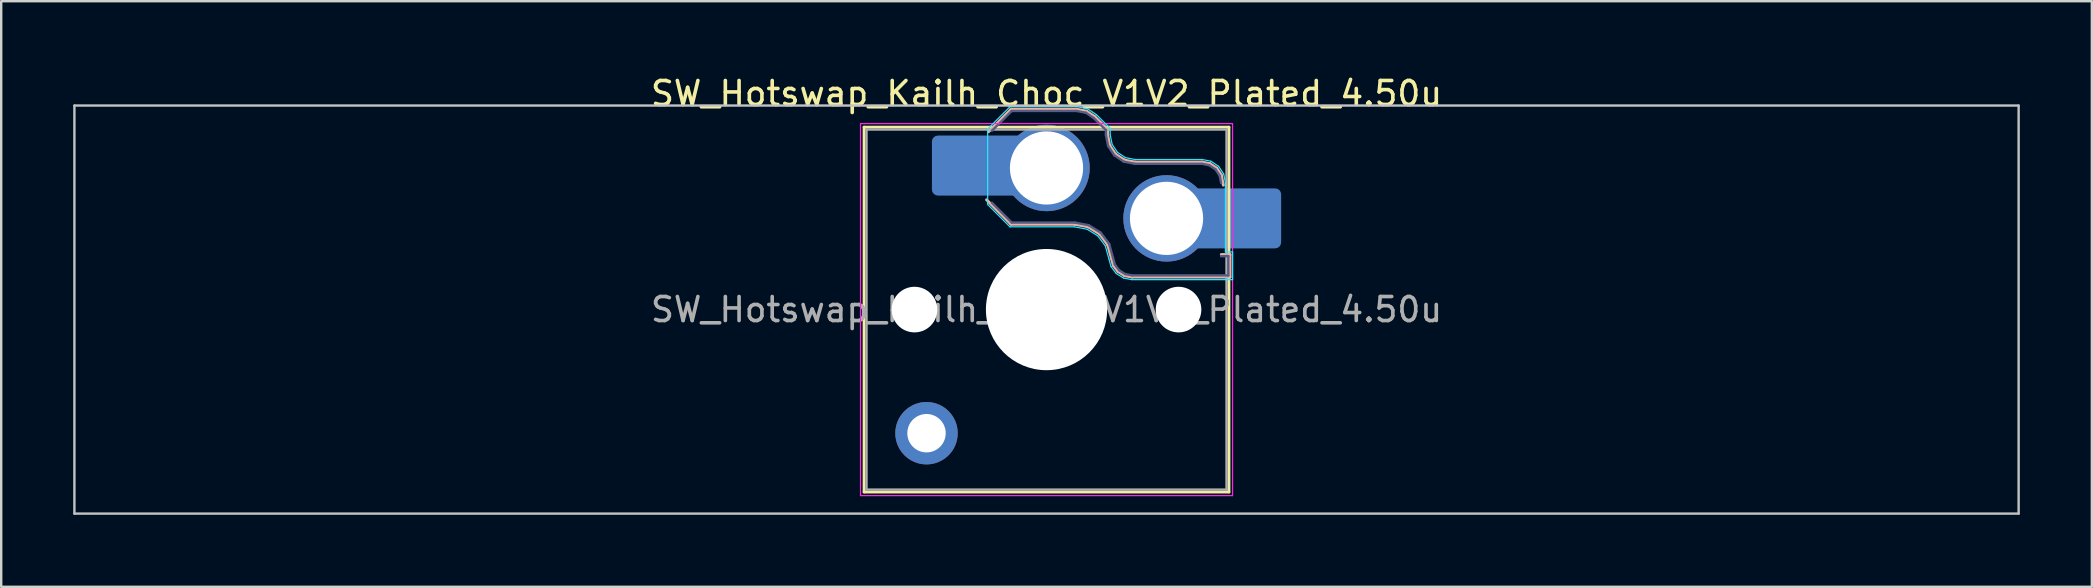
<source format=kicad_pcb>
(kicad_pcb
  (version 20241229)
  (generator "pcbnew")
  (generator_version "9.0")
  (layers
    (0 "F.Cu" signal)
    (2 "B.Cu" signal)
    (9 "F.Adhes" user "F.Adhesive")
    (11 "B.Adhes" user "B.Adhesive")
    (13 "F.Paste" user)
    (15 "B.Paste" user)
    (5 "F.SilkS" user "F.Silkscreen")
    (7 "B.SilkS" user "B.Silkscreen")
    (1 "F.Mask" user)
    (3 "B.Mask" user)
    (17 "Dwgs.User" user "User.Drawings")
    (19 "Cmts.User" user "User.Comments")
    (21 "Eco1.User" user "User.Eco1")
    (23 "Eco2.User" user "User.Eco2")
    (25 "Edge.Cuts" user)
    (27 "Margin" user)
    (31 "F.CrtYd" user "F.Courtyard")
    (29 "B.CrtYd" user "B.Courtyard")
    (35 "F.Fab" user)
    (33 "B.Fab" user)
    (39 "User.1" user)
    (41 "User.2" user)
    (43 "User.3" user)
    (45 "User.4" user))
  (footprint "SW_Hotswap_Kailh_Choc_V1V2_Plated_4.50u"
    (layer "F.Cu")
    (at 40.55 9.848)
    (property "Reference" "SW_Hotswap_Kailh_Choc_V1V2_Plated_4.50u" (at 0 -9 0) (layer "F.SilkS") (effects (font (size 1 1) (thickness 0.15))))
    (attr smd)
    (fp_line (start -7.6 -7.6) (end -7.6 7.6) (stroke (width 0.12) (type solid)) (layer "F.SilkS"))
    (fp_line (start -7.6 7.6) (end 7.6 7.6) (stroke (width 0.12) (type solid)) (layer "F.SilkS"))
    (fp_line (start 7.6 -7.6) (end -7.6 -7.6) (stroke (width 0.12) (type solid)) (layer "F.SilkS"))
    (fp_line (start 7.6 7.6) (end 7.6 -7.6) (stroke (width 0.12) (type solid)) (layer "F.SilkS"))
    (fp_line (start -2.416 -7.409) (end -1.479 -8.346) (stroke (width 0.12) (type solid)) (layer "B.SilkS"))
    (fp_line (start -1.479 -8.346) (end 1.268 -8.346) (stroke (width 0.12) (type solid)) (layer "B.SilkS"))
    (fp_line (start -1.479 -3.554) (end -2.5 -4.575) (stroke (width 0.12) (type solid)) (layer "B.SilkS"))
    (fp_line (start 1.168 -3.554) (end -1.479 -3.554) (stroke (width 0.12) (type solid)) (layer "B.SilkS"))
    (fp_line (start 1.268 -8.346) (end 1.671 -8.266) (stroke (width 0.12) (type solid)) (layer "B.SilkS"))
    (fp_line (start 1.671 -8.266) (end 2.013 -8.037) (stroke (width 0.12) (type solid)) (layer "B.SilkS"))
    (fp_line (start 1.73 -3.449) (end 1.168 -3.554) (stroke (width 0.12) (type solid)) (layer "B.SilkS"))
    (fp_line (start 2.013 -8.037) (end 2.546 -7.504) (stroke (width 0.12) (type solid)) (layer "B.SilkS"))
    (fp_line (start 2.209 -3.15) (end 1.73 -3.449) (stroke (width 0.12) (type solid)) (layer "B.SilkS"))
    (fp_line (start 2.546 -7.504) (end 2.546 -7.282) (stroke (width 0.12) (type solid)) (layer "B.SilkS"))
    (fp_line (start 2.546 -7.282) (end 2.633 -6.844) (stroke (width 0.12) (type solid)) (layer "B.SilkS"))
    (fp_line (start 2.547 -2.697) (end 2.209 -3.15) (stroke (width 0.12) (type solid)) (layer "B.SilkS"))
    (fp_line (start 2.633 -6.844) (end 2.877 -6.477) (stroke (width 0.12) (type solid)) (layer "B.SilkS"))
    (fp_line (start 2.701 -2.139) (end 2.547 -2.697) (stroke (width 0.12) (type solid)) (layer "B.SilkS"))
    (fp_line (start 2.783 -1.841) (end 2.701 -2.139) (stroke (width 0.12) (type solid)) (layer "B.SilkS"))
    (fp_line (start 2.877 -6.477) (end 3.244 -6.233) (stroke (width 0.12) (type solid)) (layer "B.SilkS"))
    (fp_line (start 2.976 -1.583) (end 2.783 -1.841) (stroke (width 0.12) (type solid)) (layer "B.SilkS"))
    (fp_line (start 3.244 -6.233) (end 3.682 -6.146) (stroke (width 0.12) (type solid)) (layer "B.SilkS"))
    (fp_line (start 3.25 -1.413) (end 2.976 -1.583) (stroke (width 0.12) (type solid)) (layer "B.SilkS"))
    (fp_line (start 3.56 -1.354) (end 3.25 -1.413) (stroke (width 0.12) (type solid)) (layer "B.SilkS"))
    (fp_line (start 3.682 -6.146) (end 6.482 -6.146) (stroke (width 0.12) (type solid)) (layer "B.SilkS"))
    (fp_line (start 6.482 -6.146) (end 6.809 -6.081) (stroke (width 0.12) (type solid)) (layer "B.SilkS"))
    (fp_line (start 6.809 -6.081) (end 7.092 -5.892) (stroke (width 0.12) (type solid)) (layer "B.SilkS"))
    (fp_line (start 7.092 -5.892) (end 7.281 -5.609) (stroke (width 0.12) (type solid)) (layer "B.SilkS"))
    (fp_line (start 7.281 -5.609) (end 7.366 -5.182) (stroke (width 0.12) (type solid)) (layer "B.SilkS"))
    (fp_line (start 7.283 -2.296) (end 7.646 -2.296) (stroke (width 0.12) (type solid)) (layer "B.SilkS"))
    (fp_line (start 7.646 -2.296) (end 7.646 -1.354) (stroke (width 0.12) (type solid)) (layer "B.SilkS"))
    (fp_line (start 7.646 -1.354) (end 3.56 -1.354) (stroke (width 0.12) (type solid)) (layer "B.SilkS"))
    (fp_line (start -40.5 -8.5) (end -40.5 8.5) (stroke (width 0.1) (type solid)) (layer "Dwgs.User"))
    (fp_line (start -40.5 8.5) (end 40.5 8.5) (stroke (width 0.1) (type solid)) (layer "Dwgs.User"))
    (fp_line (start 40.5 -8.5) (end -40.5 -8.5) (stroke (width 0.1) (type solid)) (layer "Dwgs.User"))
    (fp_line (start 40.5 8.5) (end 40.5 -8.5) (stroke (width 0.1) (type solid)) (layer "Dwgs.User"))
    (fp_line (start -7.25 -7.25) (end -7.25 7.25) (stroke (width 0.1) (type solid)) (layer "Eco1.User"))
    (fp_line (start -7.25 7.25) (end 7.25 7.25) (stroke (width 0.1) (type solid)) (layer "Eco1.User"))
    (fp_line (start 7.25 -7.25) (end -7.25 -7.25) (stroke (width 0.1) (type solid)) (layer "Eco1.User"))
    (fp_line (start 7.25 7.25) (end 7.25 -7.25) (stroke (width 0.1) (type solid)) (layer "Eco1.User"))
    (fp_line (start -2.452 -7.523) (end -1.523 -8.452) (stroke (width 0.05) (type solid)) (layer "B.CrtYd"))
    (fp_line (start -2.452 -4.377) (end -2.452 -7.523) (stroke (width 0.05) (type solid)) (layer "B.CrtYd"))
    (fp_line (start -1.523 -8.452) (end 1.278 -8.452) (stroke (width 0.05) (type solid)) (layer "B.CrtYd"))
    (fp_line (start -1.523 -3.448) (end -2.452 -4.377) (stroke (width 0.05) (type solid)) (layer "B.CrtYd"))
    (fp_line (start 1.159 -3.448) (end -1.523 -3.448) (stroke (width 0.05) (type solid)) (layer "B.CrtYd"))
    (fp_line (start 1.278 -8.452) (end 1.712 -8.366) (stroke (width 0.05) (type solid)) (layer "B.CrtYd"))
    (fp_line (start 1.691 -3.348) (end 1.159 -3.448) (stroke (width 0.05) (type solid)) (layer "B.CrtYd"))
    (fp_line (start 1.712 -8.366) (end 2.081 -8.119) (stroke (width 0.05) (type solid)) (layer "B.CrtYd"))
    (fp_line (start 2.081 -8.119) (end 2.652 -7.548) (stroke (width 0.05) (type solid)) (layer "B.CrtYd"))
    (fp_line (start 2.136 -3.071) (end 1.691 -3.348) (stroke (width 0.05) (type solid)) (layer "B.CrtYd"))
    (fp_line (start 2.45 -2.65) (end 2.136 -3.071) (stroke (width 0.05) (type solid)) (layer "B.CrtYd"))
    (fp_line (start 2.599 -2.111) (end 2.45 -2.65) (stroke (width 0.05) (type solid)) (layer "B.CrtYd"))
    (fp_line (start 2.652 -7.548) (end 2.652 -7.292) (stroke (width 0.05) (type solid)) (layer "B.CrtYd"))
    (fp_line (start 2.652 -7.292) (end 2.733 -6.885) (stroke (width 0.05) (type solid)) (layer "B.CrtYd"))
    (fp_line (start 2.687 -1.794) (end 2.599 -2.111) (stroke (width 0.05) (type solid)) (layer "B.CrtYd"))
    (fp_line (start 2.733 -6.885) (end 2.953 -6.553) (stroke (width 0.05) (type solid)) (layer "B.CrtYd"))
    (fp_line (start 2.903 -1.503) (end 2.687 -1.794) (stroke (width 0.05) (type solid)) (layer "B.CrtYd"))
    (fp_line (start 2.953 -6.553) (end 3.285 -6.333) (stroke (width 0.05) (type solid)) (layer "B.CrtYd"))
    (fp_line (start 3.211 -1.312) (end 2.903 -1.503) (stroke (width 0.05) (type solid)) (layer "B.CrtYd"))
    (fp_line (start 3.285 -6.333) (end 3.692 -6.252) (stroke (width 0.05) (type solid)) (layer "B.CrtYd"))
    (fp_line (start 3.55 -1.248) (end 3.211 -1.312) (stroke (width 0.05) (type solid)) (layer "B.CrtYd"))
    (fp_line (start 3.692 -6.252) (end 6.492 -6.252) (stroke (width 0.05) (type solid)) (layer "B.CrtYd"))
    (fp_line (start 6.492 -6.252) (end 6.85 -6.181) (stroke (width 0.05) (type solid)) (layer "B.CrtYd"))
    (fp_line (start 6.85 -6.181) (end 7.168 -5.968) (stroke (width 0.05) (type solid)) (layer "B.CrtYd"))
    (fp_line (start 7.168 -5.968) (end 7.381 -5.65) (stroke (width 0.05) (type solid)) (layer "B.CrtYd"))
    (fp_line (start 7.381 -5.65) (end 7.452 -5.292) (stroke (width 0.05) (type solid)) (layer "B.CrtYd"))
    (fp_line (start 7.452 -5.292) (end 7.452 -2.402) (stroke (width 0.05) (type solid)) (layer "B.CrtYd"))
    (fp_line (start 7.452 -2.402) (end 7.752 -2.402) (stroke (width 0.05) (type solid)) (layer "B.CrtYd"))
    (fp_line (start 7.752 -2.402) (end 7.752 -1.248) (stroke (width 0.05) (type solid)) (layer "B.CrtYd"))
    (fp_line (start 7.752 -1.248) (end 3.55 -1.248) (stroke (width 0.05) (type solid)) (layer "B.CrtYd"))
    (fp_line (start -7.75 -7.75) (end -7.75 7.75) (stroke (width 0.05) (type solid)) (layer "F.CrtYd"))
    (fp_line (start -7.75 7.75) (end 7.75 7.75) (stroke (width 0.05) (type solid)) (layer "F.CrtYd"))
    (fp_line (start 7.75 -7.75) (end -7.75 -7.75) (stroke (width 0.05) (type solid)) (layer "F.CrtYd"))
    (fp_line (start 7.75 7.75) (end 7.75 -7.75) (stroke (width 0.05) (type solid)) (layer "F.CrtYd"))
    (fp_line (start -2.275 -7.45) (end -1.45 -8.275) (stroke (width 0.1) (type solid)) (layer "B.Fab"))
    (fp_line (start -1.45 -8.275) (end 1.261 -8.275) (stroke (width 0.1) (type solid)) (layer "B.Fab"))
    (fp_line (start -1.45 -3.625) (end -2.275 -4.45) (stroke (width 0.1) (type solid)) (layer "B.Fab"))
    (fp_line (start 1.175 -3.625) (end -1.45 -3.625) (stroke (width 0.1) (type solid)) (layer "B.Fab"))
    (fp_line (start 1.261 -8.275) (end 1.643 -8.199) (stroke (width 0.1) (type solid)) (layer "B.Fab"))
    (fp_line (start 1.643 -8.199) (end 1.968 -7.982) (stroke (width 0.1) (type solid)) (layer "B.Fab"))
    (fp_line (start 1.756 -3.516) (end 1.175 -3.625) (stroke (width 0.1) (type solid)) (layer "B.Fab"))
    (fp_line (start 1.968 -7.982) (end 2.475 -7.475) (stroke (width 0.1) (type solid)) (layer "B.Fab"))
    (fp_line (start 2.258 -3.203) (end 1.756 -3.516) (stroke (width 0.1) (type solid)) (layer "B.Fab"))
    (fp_line (start 2.475 -7.475) (end 2.475 -7.275) (stroke (width 0.1) (type solid)) (layer "B.Fab"))
    (fp_line (start 2.475 -7.275) (end 2.566 -6.816) (stroke (width 0.1) (type solid)) (layer "B.Fab"))
    (fp_line (start 2.566 -6.816) (end 2.826 -6.426) (stroke (width 0.1) (type solid)) (layer "B.Fab"))
    (fp_line (start 2.612 -2.729) (end 2.258 -3.203) (stroke (width 0.1) (type solid)) (layer "B.Fab"))
    (fp_line (start 2.769 -2.158) (end 2.612 -2.729) (stroke (width 0.1) (type solid)) (layer "B.Fab"))
    (fp_line (start 2.826 -6.426) (end 3.216 -6.166) (stroke (width 0.1) (type solid)) (layer "B.Fab"))
    (fp_line (start 2.848 -1.873) (end 2.769 -2.158) (stroke (width 0.1) (type solid)) (layer "B.Fab"))
    (fp_line (start 3.025 -1.636) (end 2.848 -1.873) (stroke (width 0.1) (type solid)) (layer "B.Fab"))
    (fp_line (start 3.216 -6.166) (end 3.675 -6.075) (stroke (width 0.1) (type solid)) (layer "B.Fab"))
    (fp_line (start 3.276 -1.48) (end 3.025 -1.636) (stroke (width 0.1) (type solid)) (layer "B.Fab"))
    (fp_line (start 3.567 -1.425) (end 3.276 -1.48) (stroke (width 0.1) (type solid)) (layer "B.Fab"))
    (fp_line (start 3.675 -6.075) (end 6.475 -6.075) (stroke (width 0.1) (type solid)) (layer "B.Fab"))
    (fp_line (start 6.475 -6.075) (end 6.781 -6.014) (stroke (width 0.1) (type solid)) (layer "B.Fab"))
    (fp_line (start 6.781 -6.014) (end 7.041 -5.841) (stroke (width 0.1) (type solid)) (layer "B.Fab"))
    (fp_line (start 7.041 -5.841) (end 7.214 -5.581) (stroke (width 0.1) (type solid)) (layer "B.Fab"))
    (fp_line (start 7.214 -5.581) (end 7.275 -5.275) (stroke (width 0.1) (type solid)) (layer "B.Fab"))
    (fp_line (start 7.275 -2.225) (end 7.575 -2.225) (stroke (width 0.1) (type solid)) (layer "B.Fab"))
    (fp_line (start 7.575 -2.225) (end 7.575 -1.425) (stroke (width 0.1) (type solid)) (layer "B.Fab"))
    (fp_line (start 7.575 -1.425) (end 3.567 -1.425) (stroke (width 0.1) (type solid)) (layer "B.Fab"))
    (fp_line (start -7.5 -7.5) (end -7.5 7.5) (stroke (width 0.1) (type solid)) (layer "F.Fab"))
    (fp_line (start -7.5 7.5) (end 7.5 7.5) (stroke (width 0.1) (type solid)) (layer "F.Fab"))
    (fp_line (start 7.5 -7.5) (end -7.5 -7.5) (stroke (width 0.1) (type solid)) (layer "F.Fab"))
    (fp_line (start 7.5 7.5) (end 7.5 -7.5) (stroke (width 0.1) (type solid)) (layer "F.Fab"))
    (fp_text user "${REFERENCE}" (at 0 0 0) (layer "F.Fab") (effects (font (size 1 1) (thickness 0.15))))
    (pad "" np_thru_hole circle (at -5.5 0) (size 1.9 1.9) (drill 1.9) (layers "*.Cu" "*.Mask"))
    (pad "" smd circle (at -5 5.15) (size 1.65 1.65) (layers "F.Mask"))
    (pad "" thru_hole circle (at -5 5.15) (size 2.6 2.6) (drill 1.6) (layers "*.Cu" "B.Mask"))
    (pad "" smd roundrect (at -3.5 -6) (size 2.55 2.5) (layers "B.Mask" "B.Paste") (roundrect_rratio 0.1))
    (pad "" smd circle (at 0 -5.9) (size 3.1 3.1) (layers "F.Mask"))
    (pad "" np_thru_hole circle (at 0 0) (size 5.05 5.05) (drill 5.05) (layers "*.Cu" "*.Mask"))
    (pad "" smd circle (at 5 -3.8) (size 3.1 3.1) (layers "F.Mask"))
    (pad "" np_thru_hole circle (at 5.5 0) (size 1.9 1.9) (drill 1.9) (layers "*.Cu" "*.Mask"))
    (pad "" smd roundrect (at 8.5 -3.8) (size 2.55 2.5) (layers "B.Mask" "B.Paste") (roundrect_rratio 0.1))
    (pad "1" smd roundrect (at -2.85 -6) (size 3.85 2.5) (layers "B.Cu") (roundrect_rratio 0.1))
    (pad "1" thru_hole circle (at 0 -5.9) (size 3.6 3.6) (drill 3.05) (layers "*.Cu" "B.Mask"))
    (pad "2" thru_hole circle (at 5 -3.8) (size 3.6 3.6) (drill 3.05) (layers "*.Cu" "B.Mask"))
    (pad "2" smd roundrect (at 7.85 -3.8) (size 3.85 2.5) (layers "B.Cu") (roundrect_rratio 0.1)))
  (gr_rect
    (start -3 -3)
    (end 84.1 21.398)
    (stroke (width 0.1) (type default))
    (fill no)
    (layer "Edge.Cuts")))
</source>
